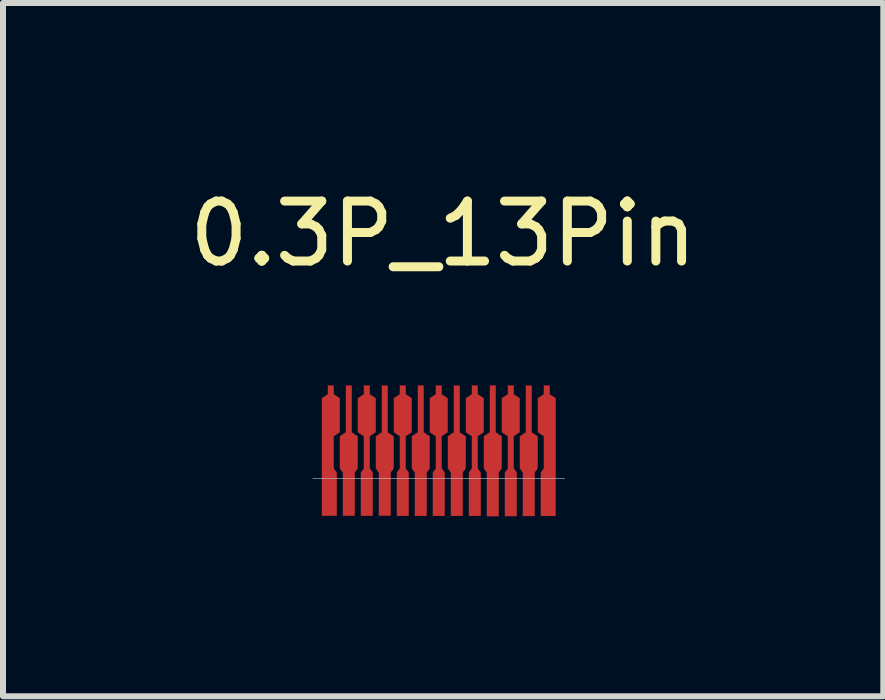
<source format=kicad_pcb>
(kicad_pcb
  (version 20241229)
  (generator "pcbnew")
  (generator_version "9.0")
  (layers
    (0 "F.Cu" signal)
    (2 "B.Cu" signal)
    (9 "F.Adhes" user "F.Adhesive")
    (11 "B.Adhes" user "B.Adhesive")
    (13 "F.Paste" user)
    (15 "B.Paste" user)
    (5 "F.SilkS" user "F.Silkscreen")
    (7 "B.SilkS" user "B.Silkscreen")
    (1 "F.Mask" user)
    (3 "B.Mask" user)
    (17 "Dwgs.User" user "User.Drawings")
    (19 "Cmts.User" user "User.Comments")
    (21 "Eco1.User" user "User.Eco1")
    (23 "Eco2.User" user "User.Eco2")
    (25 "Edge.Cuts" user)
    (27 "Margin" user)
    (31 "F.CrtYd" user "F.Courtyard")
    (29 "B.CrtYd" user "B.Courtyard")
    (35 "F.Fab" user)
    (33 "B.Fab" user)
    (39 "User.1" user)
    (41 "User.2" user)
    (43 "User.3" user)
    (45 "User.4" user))
  (footprint "0.3P_13Pin"
    (layer "F.Cu")
    (at 4.339 4.348)
    (property "Reference" "0.3P_13Pin" (at 0 -3.5 0) (unlocked yes) (layer "F.SilkS") (effects (font (size 1 1) (thickness 0.15))))
    (attr smd)
    (fp_line (start 2.027 0.579) (end -2.173 0.579) (stroke (width 0.01) (type default)) (layer "Dwgs.User"))
    (pad "1" smd custom (at -1.925 0.354) (size 0.056 0.056) (layers "F.Cu" "F.Mask" "F.Paste") (options (anchor circle)) (primitives (gr_poly (pts (xy -0.028 -0.048) (xy -0.027 -0.053) (xy -0.024 -0.058) (xy -0.019 -0.061) (xy -0.014 -0.062) (xy 0.014 -0.062) (xy 0.019 -0.061) (xy 0.024 -0.058) (xy 0.027 -0.053) (xy 0.028 -0.048) (xy 0.028 0.048) (xy 0.027 0.053) (xy 0.024 0.058) (xy 0.019 0.061) (xy 0.014 0.062) (xy -0.014 0.062) (xy -0.019 0.061) (xy -0.024 0.058) (xy -0.027 0.053) (xy -0.028 0.048)) (width 0) (fill yes)) (gr_poly (pts (xy 0.102 -1.325) (xy 0.102 -1.179) (xy 0.202 -1.113) (xy 0.202 -0.544) (xy 0.102 -0.477) (xy 0.102 0.059) (xy 0.152 0.126) (xy 0.152 0.219) (xy -0.098 0.219) (xy -0.098 -1.113) (xy 0.002 -1.179) (xy 0.002 -1.325)) (width 0) (fill yes))))
    (pad "1" smd custom (at -1.894 0.97) (size 0.056 0.056) (layers "F.Cu" "F.Paste") (options (anchor circle)) (primitives (gr_poly (pts (xy 0.121 -0.401) (xy 0.121 0.233) (xy -0.129 0.233) (xy -0.129 -0.401)) (width 0) (fill yes))))
    (pad "2" smd custom (at -1.589 0.934) (size 0.056 0.056) (layers "F.Cu" "F.Paste") (options (anchor circle)) (primitives (gr_poly (pts (xy 0.116 -0.365) (xy 0.116 0.269) (xy -0.084 0.269) (xy -0.084 -0.365)) (width 0) (fill yes))))
    (pad "2" smd custom (at -1.583 0.205) (size 0.056 0.056) (layers "F.Cu" "F.Mask" "F.Paste") (options (anchor circle)) (primitives (gr_poly (pts (xy -0.028 -0.048) (xy -0.027 -0.053) (xy -0.024 -0.058) (xy -0.019 -0.061) (xy -0.014 -0.062) (xy 0.014 -0.062) (xy 0.019 -0.061) (xy 0.024 -0.058) (xy 0.027 -0.053) (xy 0.028 -0.048) (xy 0.028 0.048) (xy 0.027 0.053) (xy 0.024 0.058) (xy 0.019 0.061) (xy 0.014 0.062) (xy -0.014 0.062) (xy -0.019 0.061) (xy -0.024 0.058) (xy -0.027 0.053) (xy -0.028 0.048)) (width 0) (fill yes)) (gr_poly (pts (xy 0.06 -1.176) (xy 0.06 -0.395) (xy 0.16 -0.328) (xy 0.16 0.208) (xy 0.11 0.275) (xy 0.11 0.275) (xy 0.11 0.368) (xy -0.09 0.368) (xy -0.09 0.275) (xy -0.09 0.275) (xy -0.14 0.208) (xy -0.14 -0.328) (xy -0.04 -0.395) (xy -0.04 -1.176)) (width 0) (fill yes))))
    (pad "3" smd custom (at -1.276 0.917) (size 0.056 0.056) (layers "F.Cu" "F.Paste") (options (anchor circle)) (primitives (gr_poly (pts (xy -0.097 0.287) (xy 0.103 0.287) (xy 0.103 -0.348) (xy -0.097 -0.348)) (width 0) (fill yes))))
    (pad "3" smd custom (at -1.272 -0.385) (size 0.056 0.056) (layers "F.Cu" "F.Mask" "F.Paste") (options (anchor circle)) (primitives (gr_poly (pts (xy -0.151 -0.374) (xy -0.151 0.195) (xy -0.051 0.262) (xy -0.051 0.798) (xy -0.101 0.865) (xy -0.101 0.865) (xy -0.101 0.958) (xy 0.099 0.958) (xy 0.099 0.865) (xy 0.099 0.865) (xy 0.049 0.798) (xy 0.049 0.262) (xy 0.149 0.195) (xy 0.149 -0.374) (xy 0.049 -0.44) (xy 0.049 -0.586) (xy -0.051 -0.586) (xy -0.051 -0.44)) (width 0) (fill yes)) (gr_poly (pts (xy -0.028 -0.048) (xy -0.027 -0.053) (xy -0.024 -0.058) (xy -0.019 -0.061) (xy -0.014 -0.062) (xy 0.014 -0.062) (xy 0.019 -0.061) (xy 0.024 -0.058) (xy 0.027 -0.053) (xy 0.028 -0.048) (xy 0.028 0.048) (xy 0.027 0.053) (xy 0.024 0.058) (xy 0.019 0.061) (xy 0.014 0.062) (xy -0.014 0.062) (xy -0.019 0.061) (xy -0.024 0.058) (xy -0.027 0.053) (xy -0.028 0.048)) (width 0) (fill yes))))
    (pad "4" smd custom (at -1 1) (size 0.056 0.056) (layers "F.Cu" "F.Paste") (options (anchor circle)) (primitives (gr_poly (pts (xy -0.073 0.202) (xy 0.127 0.202) (xy 0.127 -0.431) (xy -0.073 -0.431)) (width 0) (fill yes))))
    (pad "4" smd custom (at -0.983 0.205) (size 0.056 0.056) (layers "F.Cu" "F.Mask" "F.Paste") (options (anchor circle)) (primitives (gr_poly (pts (xy -0.028 -0.048) (xy -0.027 -0.053) (xy -0.024 -0.058) (xy -0.019 -0.061) (xy -0.014 -0.062) (xy 0.014 -0.062) (xy 0.019 -0.061) (xy 0.024 -0.058) (xy 0.027 -0.053) (xy 0.028 -0.048) (xy 0.028 0.048) (xy 0.027 0.053) (xy 0.024 0.058) (xy 0.019 0.061) (xy 0.014 0.062) (xy -0.014 0.062) (xy -0.019 0.061) (xy -0.024 0.058) (xy -0.027 0.053) (xy -0.028 0.048)) (width 0) (fill yes)) (gr_poly (pts (xy 0.06 -1.176) (xy 0.06 -0.395) (xy 0.16 -0.328) (xy 0.16 0.208) (xy 0.11 0.275) (xy 0.11 0.275) (xy 0.11 0.368) (xy -0.09 0.368) (xy -0.09 0.275) (xy -0.09 0.275) (xy -0.14 0.208) (xy -0.14 -0.328) (xy -0.04 -0.395) (xy -0.04 -1.176)) (width 0) (fill yes))))
    (pad "5" smd custom (at -0.714 0.973) (size 0.056 0.056) (layers "F.Cu" "F.Paste") (options (anchor circle)) (primitives (gr_poly (pts (xy -0.059 0.232) (xy 0.141 0.232) (xy 0.141 -0.404) (xy -0.059 -0.404)) (width 0) (fill yes))))
    (pad "5" smd custom (at -0.672 -0.385) (size 0.056 0.056) (layers "F.Cu" "F.Mask" "F.Paste") (options (anchor circle)) (primitives (gr_poly (pts (xy -0.151 -0.374) (xy -0.151 0.195) (xy -0.051 0.262) (xy -0.051 0.798) (xy -0.101 0.865) (xy -0.101 0.865) (xy -0.101 0.958) (xy 0.099 0.958) (xy 0.099 0.865) (xy 0.099 0.865) (xy 0.049 0.798) (xy 0.049 0.262) (xy 0.149 0.195) (xy 0.149 -0.374) (xy 0.049 -0.44) (xy 0.049 -0.586) (xy -0.051 -0.586) (xy -0.051 -0.44)) (width 0) (fill yes)) (gr_poly (pts (xy -0.028 -0.048) (xy -0.027 -0.053) (xy -0.024 -0.058) (xy -0.019 -0.061) (xy -0.014 -0.062) (xy 0.014 -0.062) (xy 0.019 -0.061) (xy 0.024 -0.058) (xy 0.027 -0.053) (xy 0.028 -0.048) (xy 0.028 0.048) (xy 0.027 0.053) (xy 0.024 0.058) (xy 0.019 0.061) (xy 0.014 0.062) (xy -0.014 0.062) (xy -0.019 0.061) (xy -0.024 0.058) (xy -0.027 0.053) (xy -0.028 0.048)) (width 0) (fill yes))))
    (pad "6" smd custom (at -0.384 0.978) (size 0.056 0.056) (layers "F.Cu" "F.Paste") (options (anchor circle)) (primitives (gr_poly (pts (xy -0.089 0.227) (xy 0.111 0.227) (xy 0.111 -0.409) (xy -0.089 -0.409)) (width 0) (fill yes))))
    (pad "6" smd custom (at -0.383 0.205) (size 0.056 0.056) (layers "F.Cu" "F.Mask" "F.Paste") (options (anchor circle)) (primitives (gr_poly (pts (xy -0.028 -0.048) (xy -0.027 -0.053) (xy -0.024 -0.058) (xy -0.019 -0.061) (xy -0.014 -0.062) (xy 0.014 -0.062) (xy 0.019 -0.061) (xy 0.024 -0.058) (xy 0.027 -0.053) (xy 0.028 -0.048) (xy 0.028 0.048) (xy 0.027 0.053) (xy 0.024 0.058) (xy 0.019 0.061) (xy 0.014 0.062) (xy -0.014 0.062) (xy -0.019 0.061) (xy -0.024 0.058) (xy -0.027 0.053) (xy -0.028 0.048)) (width 0) (fill yes)) (gr_poly (pts (xy 0.06 -1.176) (xy 0.06 -0.395) (xy 0.16 -0.328) (xy 0.16 0.208) (xy 0.11 0.275) (xy 0.11 0.275) (xy 0.11 0.368) (xy -0.09 0.368) (xy -0.09 0.275) (xy -0.09 0.275) (xy -0.14 0.208) (xy -0.14 -0.328) (xy -0.04 -0.395) (xy -0.04 -1.176)) (width 0) (fill yes))))
    (pad "7" smd custom (at -0.072 -0.385) (size 0.056 0.056) (layers "F.Cu" "F.Mask" "F.Paste") (options (anchor circle)) (primitives (gr_poly (pts (xy -0.151 -0.374) (xy -0.151 0.195) (xy -0.051 0.262) (xy -0.051 0.798) (xy -0.101 0.865) (xy -0.101 0.865) (xy -0.101 0.958) (xy 0.099 0.958) (xy 0.099 0.865) (xy 0.099 0.865) (xy 0.049 0.798) (xy 0.049 0.262) (xy 0.149 0.195) (xy 0.149 -0.374) (xy 0.049 -0.44) (xy 0.049 -0.586) (xy -0.051 -0.586) (xy -0.051 -0.44)) (width 0) (fill yes)) (gr_poly (pts (xy -0.028 -0.048) (xy -0.027 -0.053) (xy -0.024 -0.058) (xy -0.019 -0.061) (xy -0.014 -0.062) (xy 0.014 -0.062) (xy 0.019 -0.061) (xy 0.024 -0.058) (xy 0.027 -0.053) (xy 0.028 -0.048) (xy 0.028 0.048) (xy 0.027 0.053) (xy 0.024 0.058) (xy 0.019 0.061) (xy 0.014 0.062) (xy -0.014 0.062) (xy -0.019 0.061) (xy -0.024 0.058) (xy -0.027 0.053) (xy -0.028 0.048)) (width 0) (fill yes))))
    (pad "7" smd custom (at -0.039 0.969) (size 0.056 0.056) (layers "F.Cu" "F.Paste") (options (anchor circle)) (primitives (gr_poly (pts (xy -0.134 0.236) (xy 0.066 0.236) (xy 0.066 -0.4) (xy -0.134 -0.4)) (width 0) (fill yes))))
    (pad "8" smd custom (at 0.205 0.934) (size 0.056 0.056) (layers "F.Cu" "F.Paste") (options (anchor circle)) (primitives (gr_poly (pts (xy -0.077 0.271) (xy 0.123 0.271) (xy 0.123 -0.365) (xy -0.077 -0.365)) (width 0) (fill yes))))
    (pad "8" smd custom (at 0.218 0.205) (size 0.056 0.056) (layers "F.Cu" "F.Mask" "F.Paste") (options (anchor circle)) (primitives (gr_poly (pts (xy -0.028 -0.048) (xy -0.027 -0.053) (xy -0.024 -0.058) (xy -0.019 -0.061) (xy -0.014 -0.062) (xy 0.014 -0.062) (xy 0.019 -0.061) (xy 0.024 -0.058) (xy 0.027 -0.053) (xy 0.028 -0.048) (xy 0.028 0.048) (xy 0.027 0.053) (xy 0.024 0.058) (xy 0.019 0.061) (xy 0.014 0.062) (xy -0.014 0.062) (xy -0.019 0.061) (xy -0.024 0.058) (xy -0.027 0.053) (xy -0.028 0.048)) (width 0) (fill yes)) (gr_poly (pts (xy 0.06 -1.176) (xy 0.06 -0.395) (xy 0.16 -0.328) (xy 0.16 0.208) (xy 0.11 0.275) (xy 0.11 0.275) (xy 0.11 0.368) (xy -0.09 0.368) (xy -0.09 0.275) (xy -0.09 0.275) (xy -0.14 0.208) (xy -0.14 -0.328) (xy -0.04 -0.395) (xy -0.04 -1.176)) (width 0) (fill yes))))
    (pad "9" smd custom (at 0.513 0.942) (size 0.056 0.056) (layers "F.Cu" "F.Paste") (options (anchor circle)) (primitives (gr_poly (pts (xy -0.085 0.263) (xy 0.115 0.263) (xy 0.115 -0.373) (xy -0.085 -0.373)) (width 0) (fill yes))))
    (pad "9" smd custom (at 0.529 -0.385) (size 0.056 0.056) (layers "F.Cu" "F.Mask" "F.Paste") (options (anchor circle)) (primitives (gr_poly (pts (xy -0.151 -0.374) (xy -0.151 0.195) (xy -0.051 0.262) (xy -0.051 0.798) (xy -0.101 0.865) (xy -0.101 0.865) (xy -0.101 0.958) (xy 0.099 0.958) (xy 0.099 0.865) (xy 0.099 0.865) (xy 0.049 0.798) (xy 0.049 0.262) (xy 0.149 0.195) (xy 0.149 -0.374) (xy 0.049 -0.44) (xy 0.049 -0.586) (xy -0.051 -0.586) (xy -0.051 -0.44)) (width 0) (fill yes)) (gr_poly (pts (xy -0.028 -0.048) (xy -0.027 -0.053) (xy -0.024 -0.058) (xy -0.019 -0.061) (xy -0.014 -0.062) (xy 0.014 -0.062) (xy 0.019 -0.061) (xy 0.024 -0.058) (xy 0.027 -0.053) (xy 0.028 -0.048) (xy 0.028 0.048) (xy 0.027 0.053) (xy 0.024 0.058) (xy 0.019 0.061) (xy 0.014 0.062) (xy -0.014 0.062) (xy -0.019 0.061) (xy -0.024 0.058) (xy -0.027 0.053) (xy -0.028 0.048)) (width 0) (fill yes))))
    (pad "10" smd custom (at 0.804 0.91) (size 0.056 0.056) (layers "F.Cu" "F.Paste") (options (anchor circle)) (primitives (gr_poly (pts (xy -0.076 0.302) (xy 0.124 0.302) (xy 0.124 -0.341) (xy -0.076 -0.341)) (width 0) (fill yes))))
    (pad "10" smd custom (at 0.818 0.205) (size 0.056 0.056) (layers "F.Cu" "F.Mask" "F.Paste") (options (anchor circle)) (primitives (gr_poly (pts (xy -0.028 -0.048) (xy -0.027 -0.053) (xy -0.024 -0.058) (xy -0.019 -0.061) (xy -0.014 -0.062) (xy 0.014 -0.062) (xy 0.019 -0.061) (xy 0.024 -0.058) (xy 0.027 -0.053) (xy 0.028 -0.048) (xy 0.028 0.048) (xy 0.027 0.053) (xy 0.024 0.058) (xy 0.019 0.061) (xy 0.014 0.062) (xy -0.014 0.062) (xy -0.019 0.061) (xy -0.024 0.058) (xy -0.027 0.053) (xy -0.028 0.048)) (width 0) (fill yes)) (gr_poly (pts (xy 0.06 -1.176) (xy 0.06 -0.395) (xy 0.16 -0.328) (xy 0.16 0.208) (xy 0.11 0.275) (xy 0.11 0.275) (xy 0.11 0.368) (xy -0.09 0.368) (xy -0.09 0.275) (xy -0.09 0.275) (xy -0.14 0.208) (xy -0.14 -0.328) (xy -0.04 -0.395) (xy -0.04 -1.176)) (width 0) (fill yes))))
    (pad "11" smd custom (at 1.092 0.91) (size 0.056 0.056) (layers "F.Cu" "F.Paste") (options (anchor circle)) (primitives (gr_poly (pts (xy -0.064 0.3) (xy 0.136 0.3) (xy 0.136 -0.341) (xy -0.064 -0.341)) (width 0) (fill yes))))
    (pad "11" smd custom (at 1.129 -0.385) (size 0.056 0.056) (layers "F.Cu" "F.Mask" "F.Paste") (options (anchor circle)) (primitives (gr_poly (pts (xy -0.151 -0.374) (xy -0.151 0.195) (xy -0.051 0.262) (xy -0.051 0.798) (xy -0.101 0.865) (xy -0.101 0.865) (xy -0.101 0.958) (xy 0.099 0.958) (xy 0.099 0.865) (xy 0.099 0.865) (xy 0.049 0.798) (xy 0.049 0.262) (xy 0.149 0.195) (xy 0.149 -0.374) (xy 0.049 -0.44) (xy 0.049 -0.586) (xy -0.051 -0.586) (xy -0.051 -0.44)) (width 0) (fill yes)) (gr_poly (pts (xy -0.028 -0.048) (xy -0.027 -0.053) (xy -0.024 -0.058) (xy -0.019 -0.061) (xy -0.014 -0.062) (xy 0.014 -0.062) (xy 0.019 -0.061) (xy 0.024 -0.058) (xy 0.027 -0.053) (xy 0.028 -0.048) (xy 0.028 0.048) (xy 0.027 0.053) (xy 0.024 0.058) (xy 0.019 0.061) (xy 0.014 0.062) (xy -0.014 0.062) (xy -0.019 0.061) (xy -0.024 0.058) (xy -0.027 0.053) (xy -0.028 0.048)) (width 0) (fill yes))))
    (pad "12" smd custom (at 1.393 0.915) (size 0.056 0.056) (layers "F.Cu" "F.Paste") (options (anchor circle)) (primitives (gr_poly (pts (xy -0.065 0.293) (xy 0.135 0.293) (xy 0.135 -0.346) (xy -0.065 -0.346)) (width 0) (fill yes))))
    (pad "12" smd custom (at 1.418 0.205) (size 0.056 0.056) (layers "F.Cu" "F.Mask" "F.Paste") (options (anchor circle)) (primitives (gr_poly (pts (xy -0.028 -0.048) (xy -0.027 -0.053) (xy -0.024 -0.058) (xy -0.019 -0.061) (xy -0.014 -0.062) (xy 0.014 -0.062) (xy 0.019 -0.061) (xy 0.024 -0.058) (xy 0.027 -0.053) (xy 0.028 -0.048) (xy 0.028 0.048) (xy 0.027 0.053) (xy 0.024 0.058) (xy 0.019 0.061) (xy 0.014 0.062) (xy -0.014 0.062) (xy -0.019 0.061) (xy -0.024 0.058) (xy -0.027 0.053) (xy -0.028 0.048)) (width 0) (fill yes)) (gr_poly (pts (xy 0.06 -1.176) (xy 0.06 -0.395) (xy 0.16 -0.328) (xy 0.16 0.208) (xy 0.11 0.275) (xy 0.11 0.275) (xy 0.11 0.368) (xy -0.09 0.368) (xy -0.09 0.275) (xy -0.09 0.275) (xy -0.14 0.208) (xy -0.14 -0.328) (xy -0.04 -0.395) (xy -0.04 -1.176)) (width 0) (fill yes))))
    (pad "13" smd custom (at 1.76 0.859) (size 0.056 0.056) (layers "F.Cu" "F.Paste") (options (anchor circle)) (primitives (gr_poly (pts (xy 0.117 -0.29) (xy 0.117 0.348) (xy -0.133 0.348) (xy -0.133 -0.29)) (width 0) (fill yes))))
    (pad "13" smd custom (at 1.78 0.354) (size 0.056 0.056) (layers "F.Cu" "F.Mask" "F.Paste") (options (anchor circle)) (primitives (gr_poly (pts (xy -0.102 -1.325) (xy -0.102 -1.179) (xy -0.202 -1.113) (xy -0.202 -0.544) (xy -0.102 -0.477) (xy -0.102 0.059) (xy -0.152 0.126) (xy -0.152 0.219) (xy 0.098 0.219) (xy 0.098 -1.113) (xy -0.002 -1.179) (xy -0.002 -1.325)) (width 0) (fill yes)) (gr_poly (pts (xy 0.028 -0.048) (xy 0.027 -0.053) (xy 0.024 -0.058) (xy 0.019 -0.061) (xy 0.014 -0.062) (xy -0.014 -0.062) (xy -0.019 -0.061) (xy -0.024 -0.058) (xy -0.027 -0.053) (xy -0.028 -0.048) (xy -0.028 0.048) (xy -0.027 0.053) (xy -0.024 0.058) (xy -0.019 0.061) (xy -0.014 0.062) (xy 0.014 0.062) (xy 0.019 0.061) (xy 0.024 0.058) (xy 0.027 0.053) (xy 0.028 0.048)) (width 0) (fill yes)))))
  (gr_rect
    (start -3 -3)
    (end 11.679 8.56)
    (stroke (width 0.1) (type default))
    (fill no)
    (layer "Edge.Cuts")))
</source>
